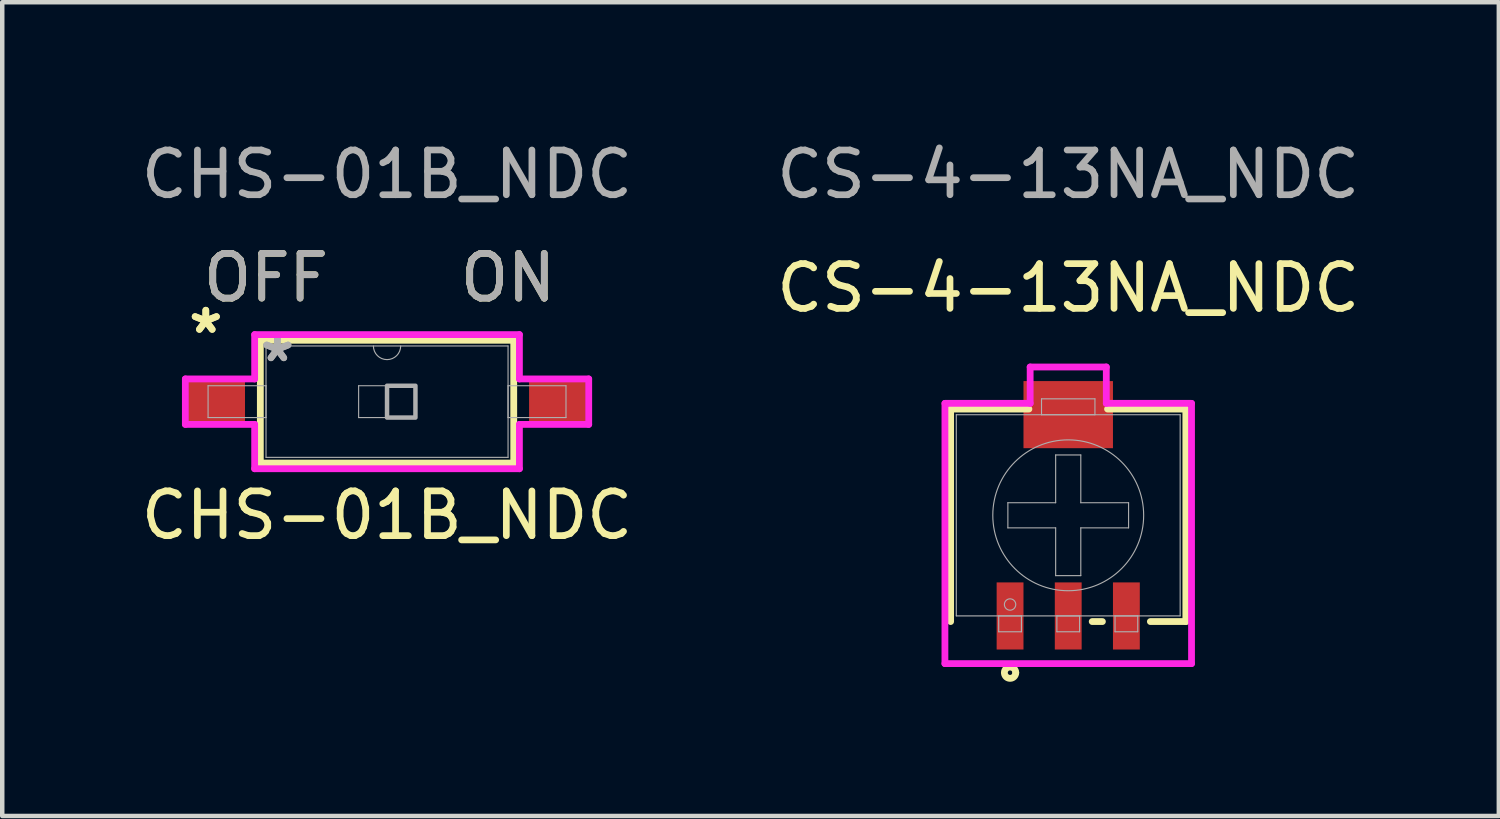
<source format=kicad_pcb>
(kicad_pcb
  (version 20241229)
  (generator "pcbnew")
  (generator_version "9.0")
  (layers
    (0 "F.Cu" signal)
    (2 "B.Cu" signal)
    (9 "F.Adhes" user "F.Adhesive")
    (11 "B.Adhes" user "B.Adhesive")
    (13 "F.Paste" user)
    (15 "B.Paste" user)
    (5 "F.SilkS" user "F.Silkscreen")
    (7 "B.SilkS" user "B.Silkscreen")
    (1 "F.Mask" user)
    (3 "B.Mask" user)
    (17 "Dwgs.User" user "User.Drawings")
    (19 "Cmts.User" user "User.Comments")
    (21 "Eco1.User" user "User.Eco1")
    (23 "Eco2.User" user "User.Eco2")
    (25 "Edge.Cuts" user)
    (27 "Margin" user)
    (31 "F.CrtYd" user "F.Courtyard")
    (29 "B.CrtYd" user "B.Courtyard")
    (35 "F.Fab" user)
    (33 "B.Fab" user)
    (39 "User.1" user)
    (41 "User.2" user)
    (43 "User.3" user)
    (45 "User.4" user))
  (footprint "CHS-01B_NDC"
    (layer "F.Cu")
    (at 5.601 5.928)
    (property "Reference" "CHS-01B_NDC" (at 0 2.54 0) (unlocked yes) (layer "F.SilkS") (effects (font (size 1 1) (thickness 0.15))))
    (attr smd)
    (fp_line (start -2.832 -1.372) (end -2.832 1.372) (stroke (width 0.152) (type solid)) (layer "F.SilkS"))
    (fp_line (start -2.832 1.372) (end 2.832 1.372) (stroke (width 0.152) (type solid)) (layer "F.SilkS"))
    (fp_line (start 2.832 -1.372) (end -2.832 -1.372) (stroke (width 0.152) (type solid)) (layer "F.SilkS"))
    (fp_line (start 2.832 1.372) (end 2.832 -1.372) (stroke (width 0.152) (type solid)) (layer "F.SilkS"))
    (fp_line (start -4.508 -0.508) (end -2.959 -0.508) (stroke (width 0.152) (type solid)) (layer "F.CrtYd"))
    (fp_line (start -4.508 0.508) (end -4.508 -0.508) (stroke (width 0.152) (type solid)) (layer "F.CrtYd"))
    (fp_line (start -2.959 -1.499) (end 2.959 -1.499) (stroke (width 0.152) (type solid)) (layer "F.CrtYd"))
    (fp_line (start -2.959 -0.508) (end -2.959 -1.499) (stroke (width 0.152) (type solid)) (layer "F.CrtYd"))
    (fp_line (start -2.959 0.508) (end -4.508 0.508) (stroke (width 0.152) (type solid)) (layer "F.CrtYd"))
    (fp_line (start -2.959 1.499) (end -2.959 0.508) (stroke (width 0.152) (type solid)) (layer "F.CrtYd"))
    (fp_line (start 2.959 -1.499) (end 2.959 -0.508) (stroke (width 0.152) (type solid)) (layer "F.CrtYd"))
    (fp_line (start 2.959 -0.508) (end 4.508 -0.508) (stroke (width 0.152) (type solid)) (layer "F.CrtYd"))
    (fp_line (start 2.959 0.508) (end 2.959 1.499) (stroke (width 0.152) (type solid)) (layer "F.CrtYd"))
    (fp_line (start 2.959 1.499) (end -2.959 1.499) (stroke (width 0.152) (type solid)) (layer "F.CrtYd"))
    (fp_line (start 4.508 -0.508) (end 4.508 0.508) (stroke (width 0.152) (type solid)) (layer "F.CrtYd"))
    (fp_line (start 4.508 0.508) (end 2.959 0.508) (stroke (width 0.152) (type solid)) (layer "F.CrtYd"))
    (fp_line (start -4 -0.356) (end -4 0.356) (stroke (width 0.025) (type solid)) (layer "F.Fab"))
    (fp_line (start -4 0.356) (end -2.705 0.356) (stroke (width 0.025) (type solid)) (layer "F.Fab"))
    (fp_line (start -2.705 -1.245) (end -2.705 1.245) (stroke (width 0.025) (type solid)) (layer "F.Fab"))
    (fp_line (start -2.705 -0.356) (end -4 -0.356) (stroke (width 0.025) (type solid)) (layer "F.Fab"))
    (fp_line (start -2.705 0.356) (end -2.705 -0.356) (stroke (width 0.025) (type solid)) (layer "F.Fab"))
    (fp_line (start -2.705 1.245) (end 2.705 1.245) (stroke (width 0.025) (type solid)) (layer "F.Fab"))
    (fp_line (start -0.635 -0.356) (end 0.635 -0.356) (stroke (width 0.025) (type solid)) (layer "F.Fab"))
    (fp_line (start -0.635 0.356) (end -0.635 -0.356) (stroke (width 0.025) (type solid)) (layer "F.Fab"))
    (fp_line (start 0.635 -0.356) (end 0.635 0.356) (stroke (width 0.025) (type solid)) (layer "F.Fab"))
    (fp_line (start 0.635 0.356) (end -0.635 0.356) (stroke (width 0.025) (type solid)) (layer "F.Fab"))
    (fp_line (start 2.705 -1.245) (end -2.705 -1.245) (stroke (width 0.025) (type solid)) (layer "F.Fab"))
    (fp_line (start 2.705 -0.356) (end 2.705 0.356) (stroke (width 0.025) (type solid)) (layer "F.Fab"))
    (fp_line (start 2.705 0.356) (end 4 0.356) (stroke (width 0.025) (type solid)) (layer "F.Fab"))
    (fp_line (start 2.705 1.245) (end 2.705 -1.245) (stroke (width 0.025) (type solid)) (layer "F.Fab"))
    (fp_line (start 4 -0.356) (end 2.705 -0.356) (stroke (width 0.025) (type solid)) (layer "F.Fab"))
    (fp_line (start 4 0.356) (end 4 -0.356) (stroke (width 0.025) (type solid)) (layer "F.Fab"))
    (fp_arc (start 0.3048 -1.2446) (mid 0 -0.9398) (end -0.3048 -1.2446) (stroke (width 0.0254) (type solid)) (layer "F.Fab"))
    (fp_poly (pts (xy 0 -0.356) (xy 0.635 -0.356) (xy 0.635 0.356) (xy 0 0.356)) (stroke (width 0.1) (type solid)) (fill no) (layer "F.Fab"))
    (fp_text user "*" (at -4.051 -1.499 0) (unlocked yes) (layer "F.SilkS") (effects (font (size 1 1) (thickness 0.15))))
    (fp_text user "*" (at -4.051 -1.499 0) (layer "F.SilkS") (effects (font (size 1 1) (thickness 0.15))))
    (fp_text user "OFF" (at -2.705 -2.769 0) (unlocked yes) (layer "F.SilkS") (effects (font (size 1 1) (thickness 0.15))))
    (fp_text user "ON" (at 2.705 -2.769 0) (unlocked yes) (layer "F.SilkS") (effects (font (size 1 1) (thickness 0.15))))
    (fp_text user "OFF" (at -2.705 -2.769 0) (unlocked yes) (layer "F.Fab") (effects (font (size 1 1) (thickness 0.15))))
    (fp_text user "ON" (at 2.705 -2.769 0) (unlocked yes) (layer "F.Fab") (effects (font (size 1 1) (thickness 0.15))))
    (fp_text user "${REFERENCE}" (at 0 -5.08 0) (unlocked yes) (layer "F.Fab") (effects (font (size 1 1) (thickness 0.15))))
    (fp_text user "*" (at -2.451 -0.864 0) (unlocked yes) (layer "F.Fab") (effects (font (size 1 1) (thickness 0.15))))
    (fp_text user "*" (at -2.451 -0.864 0) (layer "F.Fab") (effects (font (size 1 1) (thickness 0.15))))
    (pad "1" smd rect (at -3.81 0) (size 1.27 1) (layers "F.Cu" "F.Mask" "F.Paste"))
    (pad "2" smd rect (at 3.81 0) (size 1.27 1) (layers "F.Cu" "F.Mask" "F.Paste")))
  (footprint "CS-4-13NA_NDC"
    (layer "F.Cu")
    (at 20.827 8.468)
    (property "Reference" "CS-4-13NA_NDC" (at 0 -5.08 0) (unlocked yes) (layer "F.SilkS") (effects (font (size 1 1) (thickness 0.15))))
    (attr smd)
    (fp_line (start -2.629 -2.375) (end -2.629 2.375) (stroke (width 0.152) (type solid)) (layer "F.SilkS"))
    (fp_line (start -0.879 -2.375) (end -2.629 -2.375) (stroke (width 0.152) (type solid)) (layer "F.SilkS"))
    (fp_line (start 0.536 2.375) (end 0.764 2.375) (stroke (width 0.152) (type solid)) (layer "F.SilkS"))
    (fp_line (start 1.836 2.375) (end 2.629 2.375) (stroke (width 0.152) (type solid)) (layer "F.SilkS"))
    (fp_line (start 2.629 -2.375) (end 0.879 -2.375) (stroke (width 0.152) (type solid)) (layer "F.SilkS"))
    (fp_line (start 2.629 -2.375) (end 2.629 2.375) (stroke (width 0.152) (type solid)) (layer "F.SilkS"))
    (fp_arc (start -1.274727 3.39344) (mid -1.201667 3.437528) (end -1.173 3.5179) (stroke (width 0.1524) (type solid)) (layer "F.SilkS"))
    (fp_arc (start -1.173 3.5179) (mid -1.380372 3.616233) (end -1.325273 3.39344) (stroke (width 0.1524) (type solid)) (layer "F.SilkS"))
    (fp_line (start -2.756 -2.502) (end -0.851 -2.502) (stroke (width 0.152) (type solid)) (layer "F.CrtYd"))
    (fp_line (start -2.756 3.315) (end -2.756 -2.502) (stroke (width 0.152) (type solid)) (layer "F.CrtYd"))
    (fp_line (start -0.851 -3.315) (end 0.851 -3.315) (stroke (width 0.152) (type solid)) (layer "F.CrtYd"))
    (fp_line (start -0.851 -2.502) (end -0.851 -3.315) (stroke (width 0.152) (type solid)) (layer "F.CrtYd"))
    (fp_line (start 0.851 -3.315) (end 0.851 -2.502) (stroke (width 0.152) (type solid)) (layer "F.CrtYd"))
    (fp_line (start 0.851 -2.502) (end 2.756 -2.502) (stroke (width 0.152) (type solid)) (layer "F.CrtYd"))
    (fp_line (start 2.756 -2.502) (end 2.756 3.315) (stroke (width 0.152) (type solid)) (layer "F.CrtYd"))
    (fp_line (start 2.756 3.315) (end -2.756 3.315) (stroke (width 0.152) (type solid)) (layer "F.CrtYd"))
    (fp_line (start -2.502 -2.248) (end -2.502 2.248) (stroke (width 0.025) (type solid)) (layer "F.Fab"))
    (fp_line (start -2.502 2.248) (end 2.502 2.248) (stroke (width 0.025) (type solid)) (layer "F.Fab"))
    (fp_line (start -1.554 2.248) (end -1.554 2.603) (stroke (width 0.025) (type solid)) (layer "F.Fab"))
    (fp_line (start -1.554 2.603) (end -1.046 2.603) (stroke (width 0.025) (type solid)) (layer "F.Fab"))
    (fp_line (start -1.349 -0.281) (end -1.349 0.281) (stroke (width 0.025) (type solid)) (layer "F.Fab"))
    (fp_line (start -1.046 2.248) (end -1.554 2.248) (stroke (width 0.025) (type solid)) (layer "F.Fab"))
    (fp_line (start -1.046 2.603) (end -1.046 2.248) (stroke (width 0.025) (type solid)) (layer "F.Fab"))
    (fp_line (start -0.597 -2.603) (end -0.597 -2.248) (stroke (width 0.025) (type solid)) (layer "F.Fab"))
    (fp_line (start -0.597 -2.248) (end 0.597 -2.248) (stroke (width 0.025) (type solid)) (layer "F.Fab"))
    (fp_line (start -0.281 -1.349) (end -0.281 -0.281) (stroke (width 0.025) (type solid)) (layer "F.Fab"))
    (fp_line (start -0.281 -1.349) (end 0.281 -1.349) (stroke (width 0.025) (type solid)) (layer "F.Fab"))
    (fp_line (start -0.281 -0.281) (end -1.349 -0.281) (stroke (width 0.025) (type solid)) (layer "F.Fab"))
    (fp_line (start -0.281 0.281) (end -1.349 0.281) (stroke (width 0.025) (type solid)) (layer "F.Fab"))
    (fp_line (start -0.281 1.349) (end -0.281 0.281) (stroke (width 0.025) (type solid)) (layer "F.Fab"))
    (fp_line (start -0.281 1.349) (end 0.281 1.349) (stroke (width 0.025) (type solid)) (layer "F.Fab"))
    (fp_line (start -0.254 2.248) (end -0.254 2.603) (stroke (width 0.025) (type solid)) (layer "F.Fab"))
    (fp_line (start -0.254 2.603) (end 0.254 2.603) (stroke (width 0.025) (type solid)) (layer "F.Fab"))
    (fp_line (start 0.254 2.248) (end -0.254 2.248) (stroke (width 0.025) (type solid)) (layer "F.Fab"))
    (fp_line (start 0.254 2.603) (end 0.254 2.248) (stroke (width 0.025) (type solid)) (layer "F.Fab"))
    (fp_line (start 0.281 -1.349) (end 0.281 -0.281) (stroke (width 0.025) (type solid)) (layer "F.Fab"))
    (fp_line (start 0.281 -0.281) (end 1.349 -0.281) (stroke (width 0.025) (type solid)) (layer "F.Fab"))
    (fp_line (start 0.281 0.281) (end 1.349 0.281) (stroke (width 0.025) (type solid)) (layer "F.Fab"))
    (fp_line (start 0.281 1.349) (end 0.281 0.281) (stroke (width 0.025) (type solid)) (layer "F.Fab"))
    (fp_line (start 0.597 -2.603) (end -0.597 -2.603) (stroke (width 0.025) (type solid)) (layer "F.Fab"))
    (fp_line (start 0.597 -2.248) (end 0.597 -2.603) (stroke (width 0.025) (type solid)) (layer "F.Fab"))
    (fp_line (start 1.046 2.248) (end 1.046 2.603) (stroke (width 0.025) (type solid)) (layer "F.Fab"))
    (fp_line (start 1.046 2.603) (end 1.554 2.603) (stroke (width 0.025) (type solid)) (layer "F.Fab"))
    (fp_line (start 1.349 -0.281) (end 1.349 0.281) (stroke (width 0.025) (type solid)) (layer "F.Fab"))
    (fp_line (start 1.554 2.248) (end 1.046 2.248) (stroke (width 0.025) (type solid)) (layer "F.Fab"))
    (fp_line (start 1.554 2.603) (end 1.554 2.248) (stroke (width 0.025) (type solid)) (layer "F.Fab"))
    (fp_line (start 2.502 -2.248) (end -2.502 -2.248) (stroke (width 0.025) (type solid)) (layer "F.Fab"))
    (fp_line (start 2.502 -2.248) (end 2.502 2.248) (stroke (width 0.025) (type solid)) (layer "F.Fab"))
    (fp_circle (center -1.3 1.994) (end -1.173 1.994) (stroke (width 0.025) (type solid)) (fill no) (layer "F.Fab"))
    (fp_circle (center 0 0) (end 1.686 0) (stroke (width 0.025) (type solid)) (fill no) (layer "F.Fab"))
    (fp_text user "${REFERENCE}" (at 0 -7.62 0) (unlocked yes) (layer "F.Fab") (effects (font (size 1 1) (thickness 0.15))))
    (pad "1" smd rect (at -1.3 2.25) (size 0.6 1.5) (layers "F.Cu" "F.Mask" "F.Paste"))
    (pad "2" smd rect (at 0 2.25) (size 0.6 1.5) (layers "F.Cu" "F.Mask" "F.Paste"))
    (pad "3" smd rect (at 1.3 2.25) (size 0.6 1.5) (layers "F.Cu" "F.Mask" "F.Paste"))
    (pad "4" smd rect (at 0 -2.25) (size 2 1.5) (layers "F.Cu" "F.Mask" "F.Paste")))
  (gr_rect
    (start -3 -3)
    (end 30.452 15.189)
    (stroke (width 0.1) (type default))
    (fill no)
    (layer "Edge.Cuts")))
</source>
